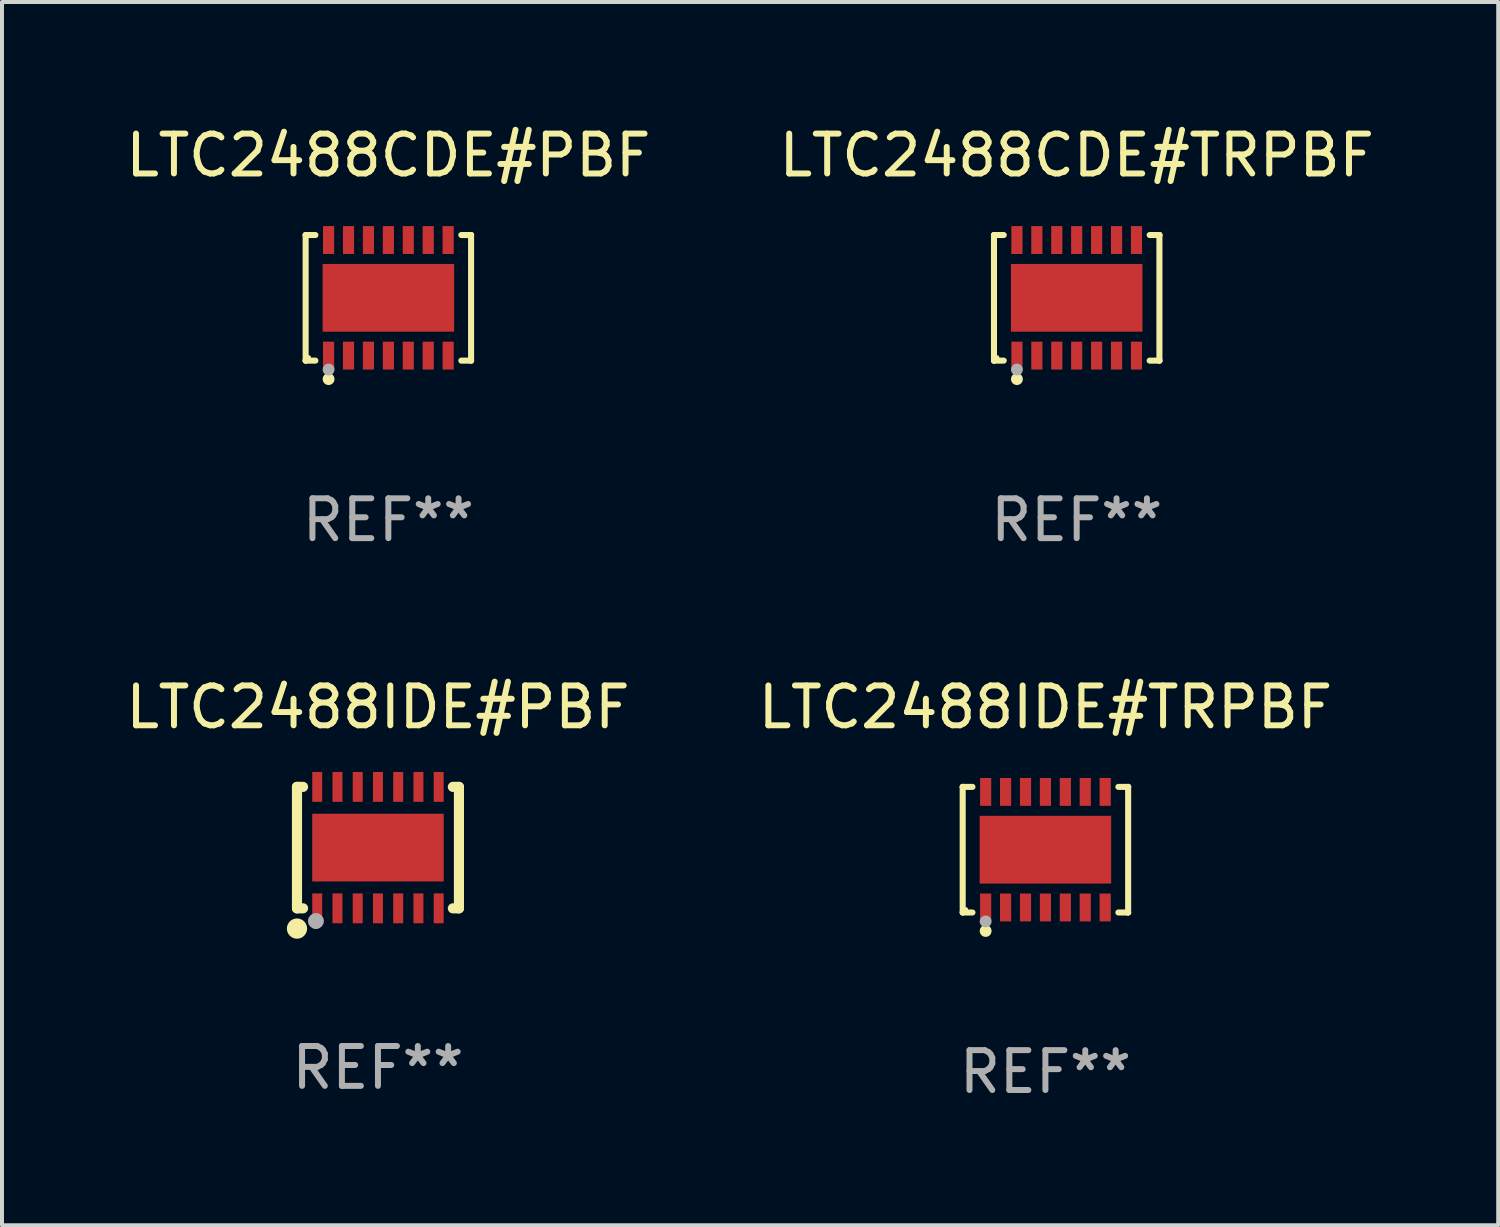
<source format=kicad_pcb>
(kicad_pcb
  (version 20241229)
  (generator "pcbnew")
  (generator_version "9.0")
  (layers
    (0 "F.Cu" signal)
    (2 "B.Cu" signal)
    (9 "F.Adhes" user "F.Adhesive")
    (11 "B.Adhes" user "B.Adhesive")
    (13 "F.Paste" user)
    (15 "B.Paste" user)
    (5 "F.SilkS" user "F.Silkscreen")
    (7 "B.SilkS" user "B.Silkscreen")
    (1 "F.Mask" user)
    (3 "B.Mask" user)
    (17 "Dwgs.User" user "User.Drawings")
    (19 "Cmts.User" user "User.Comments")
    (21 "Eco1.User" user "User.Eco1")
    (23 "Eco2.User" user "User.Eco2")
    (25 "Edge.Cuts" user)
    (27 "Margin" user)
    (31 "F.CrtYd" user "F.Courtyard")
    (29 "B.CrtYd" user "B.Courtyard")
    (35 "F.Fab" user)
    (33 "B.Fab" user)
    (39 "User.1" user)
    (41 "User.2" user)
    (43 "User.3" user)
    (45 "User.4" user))
  (footprint "LTC2488IDE#PBF"
    (layer "F.Cu")
    (at 6.435 18.221)
    (property "Reference" "LTC2488IDE#PBF" (at 0 -3.524 0) (layer "F.SilkS") (effects (font (size 1 1) (thickness 0.15))))
    (attr through_hole)
    (fp_line (start -2.032 -1.524) (end -1.88 -1.524) (stroke (width 0.254) (type solid)) (layer "F.SilkS"))
    (fp_line (start -2.032 1.524) (end -2.032 -1.524) (stroke (width 0.254) (type solid)) (layer "F.SilkS"))
    (fp_line (start -2.032 1.524) (end -1.88 1.524) (stroke (width 0.254) (type solid)) (layer "F.SilkS"))
    (fp_line (start 1.88 -1.524) (end 2.032 -1.524) (stroke (width 0.254) (type solid)) (layer "F.SilkS"))
    (fp_line (start 1.88 1.524) (end 2.032 1.524) (stroke (width 0.254) (type solid)) (layer "F.SilkS"))
    (fp_line (start 2.032 1.524) (end 2.032 -1.524) (stroke (width 0.254) (type solid)) (layer "F.SilkS"))
    (fp_circle (center -2.032 2.032) (end -1.905 2.032) (stroke (width 0.254) (type solid)) (fill no) (layer "F.SilkS"))
    (fp_circle (center -2 1.549) (end -1.97 1.549) (stroke (width 0.06) (type solid)) (fill no) (layer "F.SilkS"))
    (fp_circle (center -1.557 1.843) (end -1.457 1.843) (stroke (width 0.2) (type solid)) (fill no) (layer "F.Fab"))
    (fp_text user "REF**" (at 0 5.524 0) (layer "F.Fab") (effects (font (size 1 1) (thickness 0.15))))
    (pad "1" smd rect (at -1.524 1.524 180) (size 0.25 0.75) (layers "F.Cu" "F.Mask" "F.Paste"))
    (pad "2" smd rect (at -1.016 1.524 180) (size 0.25 0.75) (layers "F.Cu" "F.Mask" "F.Paste"))
    (pad "3" smd rect (at -0.508 1.524 180) (size 0.25 0.75) (layers "F.Cu" "F.Mask" "F.Paste"))
    (pad "4" smd rect (at 0 1.524 180) (size 0.25 0.75) (layers "F.Cu" "F.Mask" "F.Paste"))
    (pad "5" smd rect (at 0.508 1.524 180) (size 0.25 0.75) (layers "F.Cu" "F.Mask" "F.Paste"))
    (pad "6" smd rect (at 1.016 1.524 180) (size 0.25 0.75) (layers "F.Cu" "F.Mask" "F.Paste"))
    (pad "7" smd rect (at 1.524 1.524 180) (size 0.25 0.75) (layers "F.Cu" "F.Mask" "F.Paste"))
    (pad "8" smd rect (at 1.524 -1.524 180) (size 0.25 0.75) (layers "F.Cu" "F.Mask" "F.Paste"))
    (pad "9" smd rect (at 1.016 -1.524 180) (size 0.25 0.75) (layers "F.Cu" "F.Mask" "F.Paste"))
    (pad "10" smd rect (at 0.508 -1.524 180) (size 0.25 0.75) (layers "F.Cu" "F.Mask" "F.Paste"))
    (pad "11" smd rect (at 0 -1.524 180) (size 0.25 0.75) (layers "F.Cu" "F.Mask" "F.Paste"))
    (pad "12" smd rect (at -0.508 -1.524 180) (size 0.25 0.75) (layers "F.Cu" "F.Mask" "F.Paste"))
    (pad "13" smd rect (at -1.016 -1.524 180) (size 0.25 0.75) (layers "F.Cu" "F.Mask" "F.Paste"))
    (pad "14" smd rect (at -1.524 -1.524 180) (size 0.25 0.75) (layers "F.Cu" "F.Mask" "F.Paste"))
    (pad "15" smd rect (at 0 0 270) (size 1.7 3.3) (layers "F.Cu" "F.Mask" "F.Paste")))
  (footprint "LTC2488IDE#TRPBF"
    (layer "F.Cu")
    (at 23.185 18.273)
    (property "Reference" "LTC2488IDE#TRPBF" (at 0 -3.576 0) (layer "F.SilkS") (effects (font (size 1 1) (thickness 0.15))))
    (attr through_hole)
    (fp_line (start -2.076 -1.576) (end -2.076 -1.576) (stroke (width 0.152) (type solid)) (layer "F.SilkS"))
    (fp_line (start -2.076 -1.576) (end -1.831 -1.576) (stroke (width 0.152) (type solid)) (layer "F.SilkS"))
    (fp_line (start -2.076 1.576) (end -2.076 -1.576) (stroke (width 0.152) (type solid)) (layer "F.SilkS"))
    (fp_line (start -2.076 1.576) (end -2.076 1.576) (stroke (width 0.152) (type solid)) (layer "F.SilkS"))
    (fp_line (start -1.831 1.576) (end -2.076 1.576) (stroke (width 0.152) (type solid)) (layer "F.SilkS"))
    (fp_line (start 1.831 1.576) (end 2.076 1.576) (stroke (width 0.152) (type solid)) (layer "F.SilkS"))
    (fp_line (start 2.076 -1.576) (end 1.831 -1.576) (stroke (width 0.152) (type solid)) (layer "F.SilkS"))
    (fp_line (start 2.076 -1.576) (end 2.076 -1.576) (stroke (width 0.152) (type solid)) (layer "F.SilkS"))
    (fp_line (start 2.076 1.576) (end 2.076 -1.576) (stroke (width 0.152) (type solid)) (layer "F.SilkS"))
    (fp_line (start 2.076 1.576) (end 2.076 1.576) (stroke (width 0.152) (type solid)) (layer "F.SilkS"))
    (fp_circle (center -2 1.5) (end -1.97 1.5) (stroke (width 0.06) (type solid)) (fill no) (layer "F.SilkS"))
    (fp_circle (center -1.5 2.04) (end -1.425 2.04) (stroke (width 0.15) (type solid)) (fill no) (layer "F.SilkS"))
    (fp_circle (center -1.5 1.8) (end -1.425 1.8) (stroke (width 0.15) (type solid)) (fill no) (layer "F.Fab"))
    (fp_text user "REF**" (at 0 5.576 0) (layer "F.Fab") (effects (font (size 1 1) (thickness 0.15))))
    (pad "1" smd rect (at -1.5 1.45) (size 0.28 0.7) (layers "F.Cu" "F.Mask" "F.Paste"))
    (pad "2" smd rect (at -1 1.45) (size 0.28 0.7) (layers "F.Cu" "F.Mask" "F.Paste"))
    (pad "3" smd rect (at -0.5 1.45) (size 0.28 0.7) (layers "F.Cu" "F.Mask" "F.Paste"))
    (pad "4" smd rect (at 0 1.45) (size 0.28 0.7) (layers "F.Cu" "F.Mask" "F.Paste"))
    (pad "5" smd rect (at 0.5 1.45) (size 0.28 0.7) (layers "F.Cu" "F.Mask" "F.Paste"))
    (pad "6" smd rect (at 1 1.45) (size 0.28 0.7) (layers "F.Cu" "F.Mask" "F.Paste"))
    (pad "7" smd rect (at 1.5 1.45) (size 0.28 0.7) (layers "F.Cu" "F.Mask" "F.Paste"))
    (pad "8" smd rect (at 1.5 -1.45) (size 0.28 0.7) (layers "F.Cu" "F.Mask" "F.Paste"))
    (pad "9" smd rect (at 1 -1.45) (size 0.28 0.7) (layers "F.Cu" "F.Mask" "F.Paste"))
    (pad "10" smd rect (at 0.5 -1.45) (size 0.28 0.7) (layers "F.Cu" "F.Mask" "F.Paste"))
    (pad "11" smd rect (at 0 -1.45) (size 0.28 0.7) (layers "F.Cu" "F.Mask" "F.Paste"))
    (pad "12" smd rect (at -0.5 -1.45) (size 0.28 0.7) (layers "F.Cu" "F.Mask" "F.Paste"))
    (pad "13" smd rect (at -1 -1.45) (size 0.28 0.7) (layers "F.Cu" "F.Mask" "F.Paste"))
    (pad "14" smd rect (at -1.5 -1.45) (size 0.28 0.7) (layers "F.Cu" "F.Mask" "F.Paste"))
    (pad "15" smd rect (at 0 0) (size 3.3 1.7) (layers "F.Cu" "F.Mask" "F.Paste")))
  (footprint "LTC2488CDE#TRPBF"
    (layer "F.Cu")
    (at 23.97 4.424)
    (property "Reference" "LTC2488CDE#TRPBF" (at 0 -3.576 0) (layer "F.SilkS") (effects (font (size 1 1) (thickness 0.15))))
    (attr through_hole)
    (fp_line (start -2.076 -1.576) (end -2.076 -1.576) (stroke (width 0.152) (type solid)) (layer "F.SilkS"))
    (fp_line (start -2.076 -1.576) (end -1.831 -1.576) (stroke (width 0.152) (type solid)) (layer "F.SilkS"))
    (fp_line (start -2.076 1.576) (end -2.076 -1.576) (stroke (width 0.152) (type solid)) (layer "F.SilkS"))
    (fp_line (start -2.076 1.576) (end -2.076 1.576) (stroke (width 0.152) (type solid)) (layer "F.SilkS"))
    (fp_line (start -1.831 1.576) (end -2.076 1.576) (stroke (width 0.152) (type solid)) (layer "F.SilkS"))
    (fp_line (start 1.831 1.576) (end 2.076 1.576) (stroke (width 0.152) (type solid)) (layer "F.SilkS"))
    (fp_line (start 2.076 -1.576) (end 1.831 -1.576) (stroke (width 0.152) (type solid)) (layer "F.SilkS"))
    (fp_line (start 2.076 -1.576) (end 2.076 -1.576) (stroke (width 0.152) (type solid)) (layer "F.SilkS"))
    (fp_line (start 2.076 1.576) (end 2.076 -1.576) (stroke (width 0.152) (type solid)) (layer "F.SilkS"))
    (fp_line (start 2.076 1.576) (end 2.076 1.576) (stroke (width 0.152) (type solid)) (layer "F.SilkS"))
    (fp_circle (center -2 1.5) (end -1.97 1.5) (stroke (width 0.06) (type solid)) (fill no) (layer "F.SilkS"))
    (fp_circle (center -1.5 2.04) (end -1.425 2.04) (stroke (width 0.15) (type solid)) (fill no) (layer "F.SilkS"))
    (fp_circle (center -1.5 1.8) (end -1.425 1.8) (stroke (width 0.15) (type solid)) (fill no) (layer "F.Fab"))
    (fp_text user "REF**" (at 0 5.576 0) (layer "F.Fab") (effects (font (size 1 1) (thickness 0.15))))
    (pad "1" smd rect (at -1.5 1.45) (size 0.28 0.7) (layers "F.Cu" "F.Mask" "F.Paste"))
    (pad "2" smd rect (at -1 1.45) (size 0.28 0.7) (layers "F.Cu" "F.Mask" "F.Paste"))
    (pad "3" smd rect (at -0.5 1.45) (size 0.28 0.7) (layers "F.Cu" "F.Mask" "F.Paste"))
    (pad "4" smd rect (at 0 1.45) (size 0.28 0.7) (layers "F.Cu" "F.Mask" "F.Paste"))
    (pad "5" smd rect (at 0.5 1.45) (size 0.28 0.7) (layers "F.Cu" "F.Mask" "F.Paste"))
    (pad "6" smd rect (at 1 1.45) (size 0.28 0.7) (layers "F.Cu" "F.Mask" "F.Paste"))
    (pad "7" smd rect (at 1.5 1.45) (size 0.28 0.7) (layers "F.Cu" "F.Mask" "F.Paste"))
    (pad "8" smd rect (at 1.5 -1.45) (size 0.28 0.7) (layers "F.Cu" "F.Mask" "F.Paste"))
    (pad "9" smd rect (at 1 -1.45) (size 0.28 0.7) (layers "F.Cu" "F.Mask" "F.Paste"))
    (pad "10" smd rect (at 0.5 -1.45) (size 0.28 0.7) (layers "F.Cu" "F.Mask" "F.Paste"))
    (pad "11" smd rect (at 0 -1.45) (size 0.28 0.7) (layers "F.Cu" "F.Mask" "F.Paste"))
    (pad "12" smd rect (at -0.5 -1.45) (size 0.28 0.7) (layers "F.Cu" "F.Mask" "F.Paste"))
    (pad "13" smd rect (at -1 -1.45) (size 0.28 0.7) (layers "F.Cu" "F.Mask" "F.Paste"))
    (pad "14" smd rect (at -1.5 -1.45) (size 0.28 0.7) (layers "F.Cu" "F.Mask" "F.Paste"))
    (pad "15" smd rect (at 0 0) (size 3.3 1.7) (layers "F.Cu" "F.Mask" "F.Paste")))
  (footprint "LTC2488CDE#PBF"
    (layer "F.Cu")
    (at 6.696 4.424)
    (property "Reference" "LTC2488CDE#PBF" (at 0 -3.576 0) (layer "F.SilkS") (effects (font (size 1 1) (thickness 0.15))))
    (attr through_hole)
    (fp_line (start -2.076 -1.576) (end -2.076 -1.576) (stroke (width 0.152) (type solid)) (layer "F.SilkS"))
    (fp_line (start -2.076 -1.576) (end -1.831 -1.576) (stroke (width 0.152) (type solid)) (layer "F.SilkS"))
    (fp_line (start -2.076 1.576) (end -2.076 -1.576) (stroke (width 0.152) (type solid)) (layer "F.SilkS"))
    (fp_line (start -2.076 1.576) (end -2.076 1.576) (stroke (width 0.152) (type solid)) (layer "F.SilkS"))
    (fp_line (start -1.831 1.576) (end -2.076 1.576) (stroke (width 0.152) (type solid)) (layer "F.SilkS"))
    (fp_line (start 1.831 1.576) (end 2.076 1.576) (stroke (width 0.152) (type solid)) (layer "F.SilkS"))
    (fp_line (start 2.076 -1.576) (end 1.831 -1.576) (stroke (width 0.152) (type solid)) (layer "F.SilkS"))
    (fp_line (start 2.076 -1.576) (end 2.076 -1.576) (stroke (width 0.152) (type solid)) (layer "F.SilkS"))
    (fp_line (start 2.076 1.576) (end 2.076 -1.576) (stroke (width 0.152) (type solid)) (layer "F.SilkS"))
    (fp_line (start 2.076 1.576) (end 2.076 1.576) (stroke (width 0.152) (type solid)) (layer "F.SilkS"))
    (fp_circle (center -2 1.5) (end -1.97 1.5) (stroke (width 0.06) (type solid)) (fill no) (layer "F.SilkS"))
    (fp_circle (center -1.5 2.04) (end -1.425 2.04) (stroke (width 0.15) (type solid)) (fill no) (layer "F.SilkS"))
    (fp_circle (center -1.5 1.8) (end -1.425 1.8) (stroke (width 0.15) (type solid)) (fill no) (layer "F.Fab"))
    (fp_text user "REF**" (at 0 5.576 0) (layer "F.Fab") (effects (font (size 1 1) (thickness 0.15))))
    (pad "1" smd rect (at -1.5 1.45) (size 0.28 0.7) (layers "F.Cu" "F.Mask" "F.Paste"))
    (pad "2" smd rect (at -1 1.45) (size 0.28 0.7) (layers "F.Cu" "F.Mask" "F.Paste"))
    (pad "3" smd rect (at -0.5 1.45) (size 0.28 0.7) (layers "F.Cu" "F.Mask" "F.Paste"))
    (pad "4" smd rect (at 0 1.45) (size 0.28 0.7) (layers "F.Cu" "F.Mask" "F.Paste"))
    (pad "5" smd rect (at 0.5 1.45) (size 0.28 0.7) (layers "F.Cu" "F.Mask" "F.Paste"))
    (pad "6" smd rect (at 1 1.45) (size 0.28 0.7) (layers "F.Cu" "F.Mask" "F.Paste"))
    (pad "7" smd rect (at 1.5 1.45) (size 0.28 0.7) (layers "F.Cu" "F.Mask" "F.Paste"))
    (pad "8" smd rect (at 1.5 -1.45) (size 0.28 0.7) (layers "F.Cu" "F.Mask" "F.Paste"))
    (pad "9" smd rect (at 1 -1.45) (size 0.28 0.7) (layers "F.Cu" "F.Mask" "F.Paste"))
    (pad "10" smd rect (at 0.5 -1.45) (size 0.28 0.7) (layers "F.Cu" "F.Mask" "F.Paste"))
    (pad "11" smd rect (at 0 -1.45) (size 0.28 0.7) (layers "F.Cu" "F.Mask" "F.Paste"))
    (pad "12" smd rect (at -0.5 -1.45) (size 0.28 0.7) (layers "F.Cu" "F.Mask" "F.Paste"))
    (pad "13" smd rect (at -1 -1.45) (size 0.28 0.7) (layers "F.Cu" "F.Mask" "F.Paste"))
    (pad "14" smd rect (at -1.5 -1.45) (size 0.28 0.7) (layers "F.Cu" "F.Mask" "F.Paste"))
    (pad "15" smd rect (at 0 0) (size 3.3 1.7) (layers "F.Cu" "F.Mask" "F.Paste")))
  (gr_rect
    (start -3 -3)
    (end 34.548 27.698)
    (stroke (width 0.1) (type default))
    (fill no)
    (layer "Edge.Cuts")))
</source>
